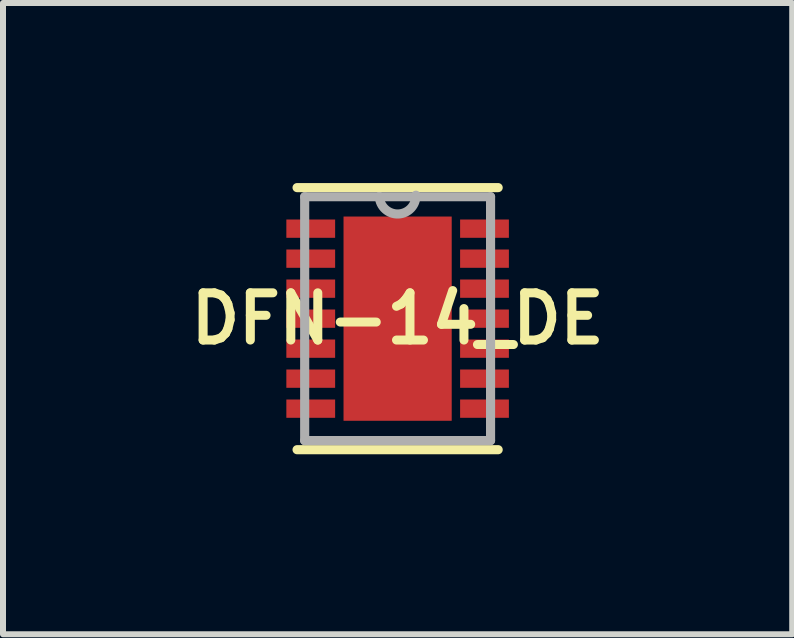
<source format=kicad_pcb>
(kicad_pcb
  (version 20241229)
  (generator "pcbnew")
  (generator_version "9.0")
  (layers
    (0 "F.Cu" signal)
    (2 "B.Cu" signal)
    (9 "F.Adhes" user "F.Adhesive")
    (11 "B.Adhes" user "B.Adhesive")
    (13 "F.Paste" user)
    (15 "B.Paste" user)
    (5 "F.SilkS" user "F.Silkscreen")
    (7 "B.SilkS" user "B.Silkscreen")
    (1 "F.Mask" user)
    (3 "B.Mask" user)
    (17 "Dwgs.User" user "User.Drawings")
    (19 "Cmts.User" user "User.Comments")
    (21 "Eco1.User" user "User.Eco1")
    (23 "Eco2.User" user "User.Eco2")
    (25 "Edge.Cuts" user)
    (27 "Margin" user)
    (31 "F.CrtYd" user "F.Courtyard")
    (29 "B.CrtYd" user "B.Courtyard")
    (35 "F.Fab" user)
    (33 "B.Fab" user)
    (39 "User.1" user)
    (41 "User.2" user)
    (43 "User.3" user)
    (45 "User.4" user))
  (footprint "DFN-14_DE"
    (layer "F.Cu")
    (at 3.577 2.261)
    (property "Reference" "DFN-14_DE" (at 0 0 0) (layer "F.SilkS") (effects (font (size 0.787 0.787) (thickness 0.15))))
    (attr through_hole)
    (fp_line (start -1.676 2.184) (end 1.676 2.184) (stroke (width 0.152) (type solid)) (layer "F.SilkS"))
    (fp_line (start 1.676 -2.184) (end -1.676 -2.184) (stroke (width 0.152) (type solid)) (layer "F.SilkS"))
    (fp_poly (pts (xy -0.802 -1.602) (xy -0.802 -0.1) (xy 0.802 -0.1) (xy 0.802 -1.602)) (stroke (width 0.025) (type solid)) (fill yes) (layer "F.Paste"))
    (fp_poly (pts (xy -0.802 0.1) (xy -0.802 1.602) (xy 0.802 1.602) (xy 0.802 0.1)) (stroke (width 0.025) (type solid)) (fill yes) (layer "F.Paste"))
    (fp_line (start -1.549 -2.032) (end -1.549 2.032) (stroke (width 0.152) (type solid)) (layer "F.Fab"))
    (fp_line (start -1.549 2.032) (end 1.549 2.032) (stroke (width 0.152) (type solid)) (layer "F.Fab"))
    (fp_line (start -0.305 -2.032) (end -1.549 -2.032) (stroke (width 0.152) (type solid)) (layer "F.Fab"))
    (fp_line (start 1.549 -2.032) (end -0.305 -2.032) (stroke (width 0.152) (type solid)) (layer "F.Fab"))
    (fp_line (start 1.549 2.032) (end 1.549 -2.032) (stroke (width 0.152) (type solid)) (layer "F.Fab"))
    (fp_arc (start 0.3048 -2.0574) (mid 0.0127 -1.7399) (end -0.3048 -2.032) (stroke (width 0.1524) (type solid)) (layer "F.Fab"))
    (pad "1" smd rect (at -1.448 -1.5) (size 0.813 0.305) (layers "F.Cu" "F.Mask" "F.Paste"))
    (pad "2" smd rect (at -1.448 -1) (size 0.813 0.305) (layers "F.Cu" "F.Mask" "F.Paste"))
    (pad "3" smd rect (at -1.448 -0.5) (size 0.813 0.305) (layers "F.Cu" "F.Mask" "F.Paste"))
    (pad "4" smd rect (at -1.448 0) (size 0.813 0.305) (layers "F.Cu" "F.Mask" "F.Paste"))
    (pad "5" smd rect (at -1.448 0.5) (size 0.813 0.305) (layers "F.Cu" "F.Mask" "F.Paste"))
    (pad "6" smd rect (at -1.448 1) (size 0.813 0.305) (layers "F.Cu" "F.Mask" "F.Paste"))
    (pad "7" smd rect (at -1.448 1.5) (size 0.813 0.305) (layers "F.Cu" "F.Mask" "F.Paste"))
    (pad "8" smd rect (at 1.448 1.5) (size 0.813 0.305) (layers "F.Cu" "F.Mask" "F.Paste"))
    (pad "9" smd rect (at 1.448 1) (size 0.813 0.305) (layers "F.Cu" "F.Mask" "F.Paste"))
    (pad "10" smd rect (at 1.448 0.5) (size 0.813 0.305) (layers "F.Cu" "F.Mask" "F.Paste"))
    (pad "11" smd rect (at 1.448 0) (size 0.813 0.305) (layers "F.Cu" "F.Mask" "F.Paste"))
    (pad "12" smd rect (at 1.448 -0.5) (size 0.813 0.305) (layers "F.Cu" "F.Mask" "F.Paste"))
    (pad "13" smd rect (at 1.448 -1) (size 0.813 0.305) (layers "F.Cu" "F.Mask" "F.Paste"))
    (pad "14" smd rect (at 1.448 -1.5) (size 0.813 0.305) (layers "F.Cu" "F.Mask" "F.Paste"))
    (pad "15" smd rect (at 0 0) (size 1.803 3.404) (layers "F.Cu" "F.Mask")))
  (gr_rect
    (start -3 -3)
    (end 10.154 7.521)
    (stroke (width 0.1) (type default))
    (fill no)
    (layer "Edge.Cuts")))
</source>
